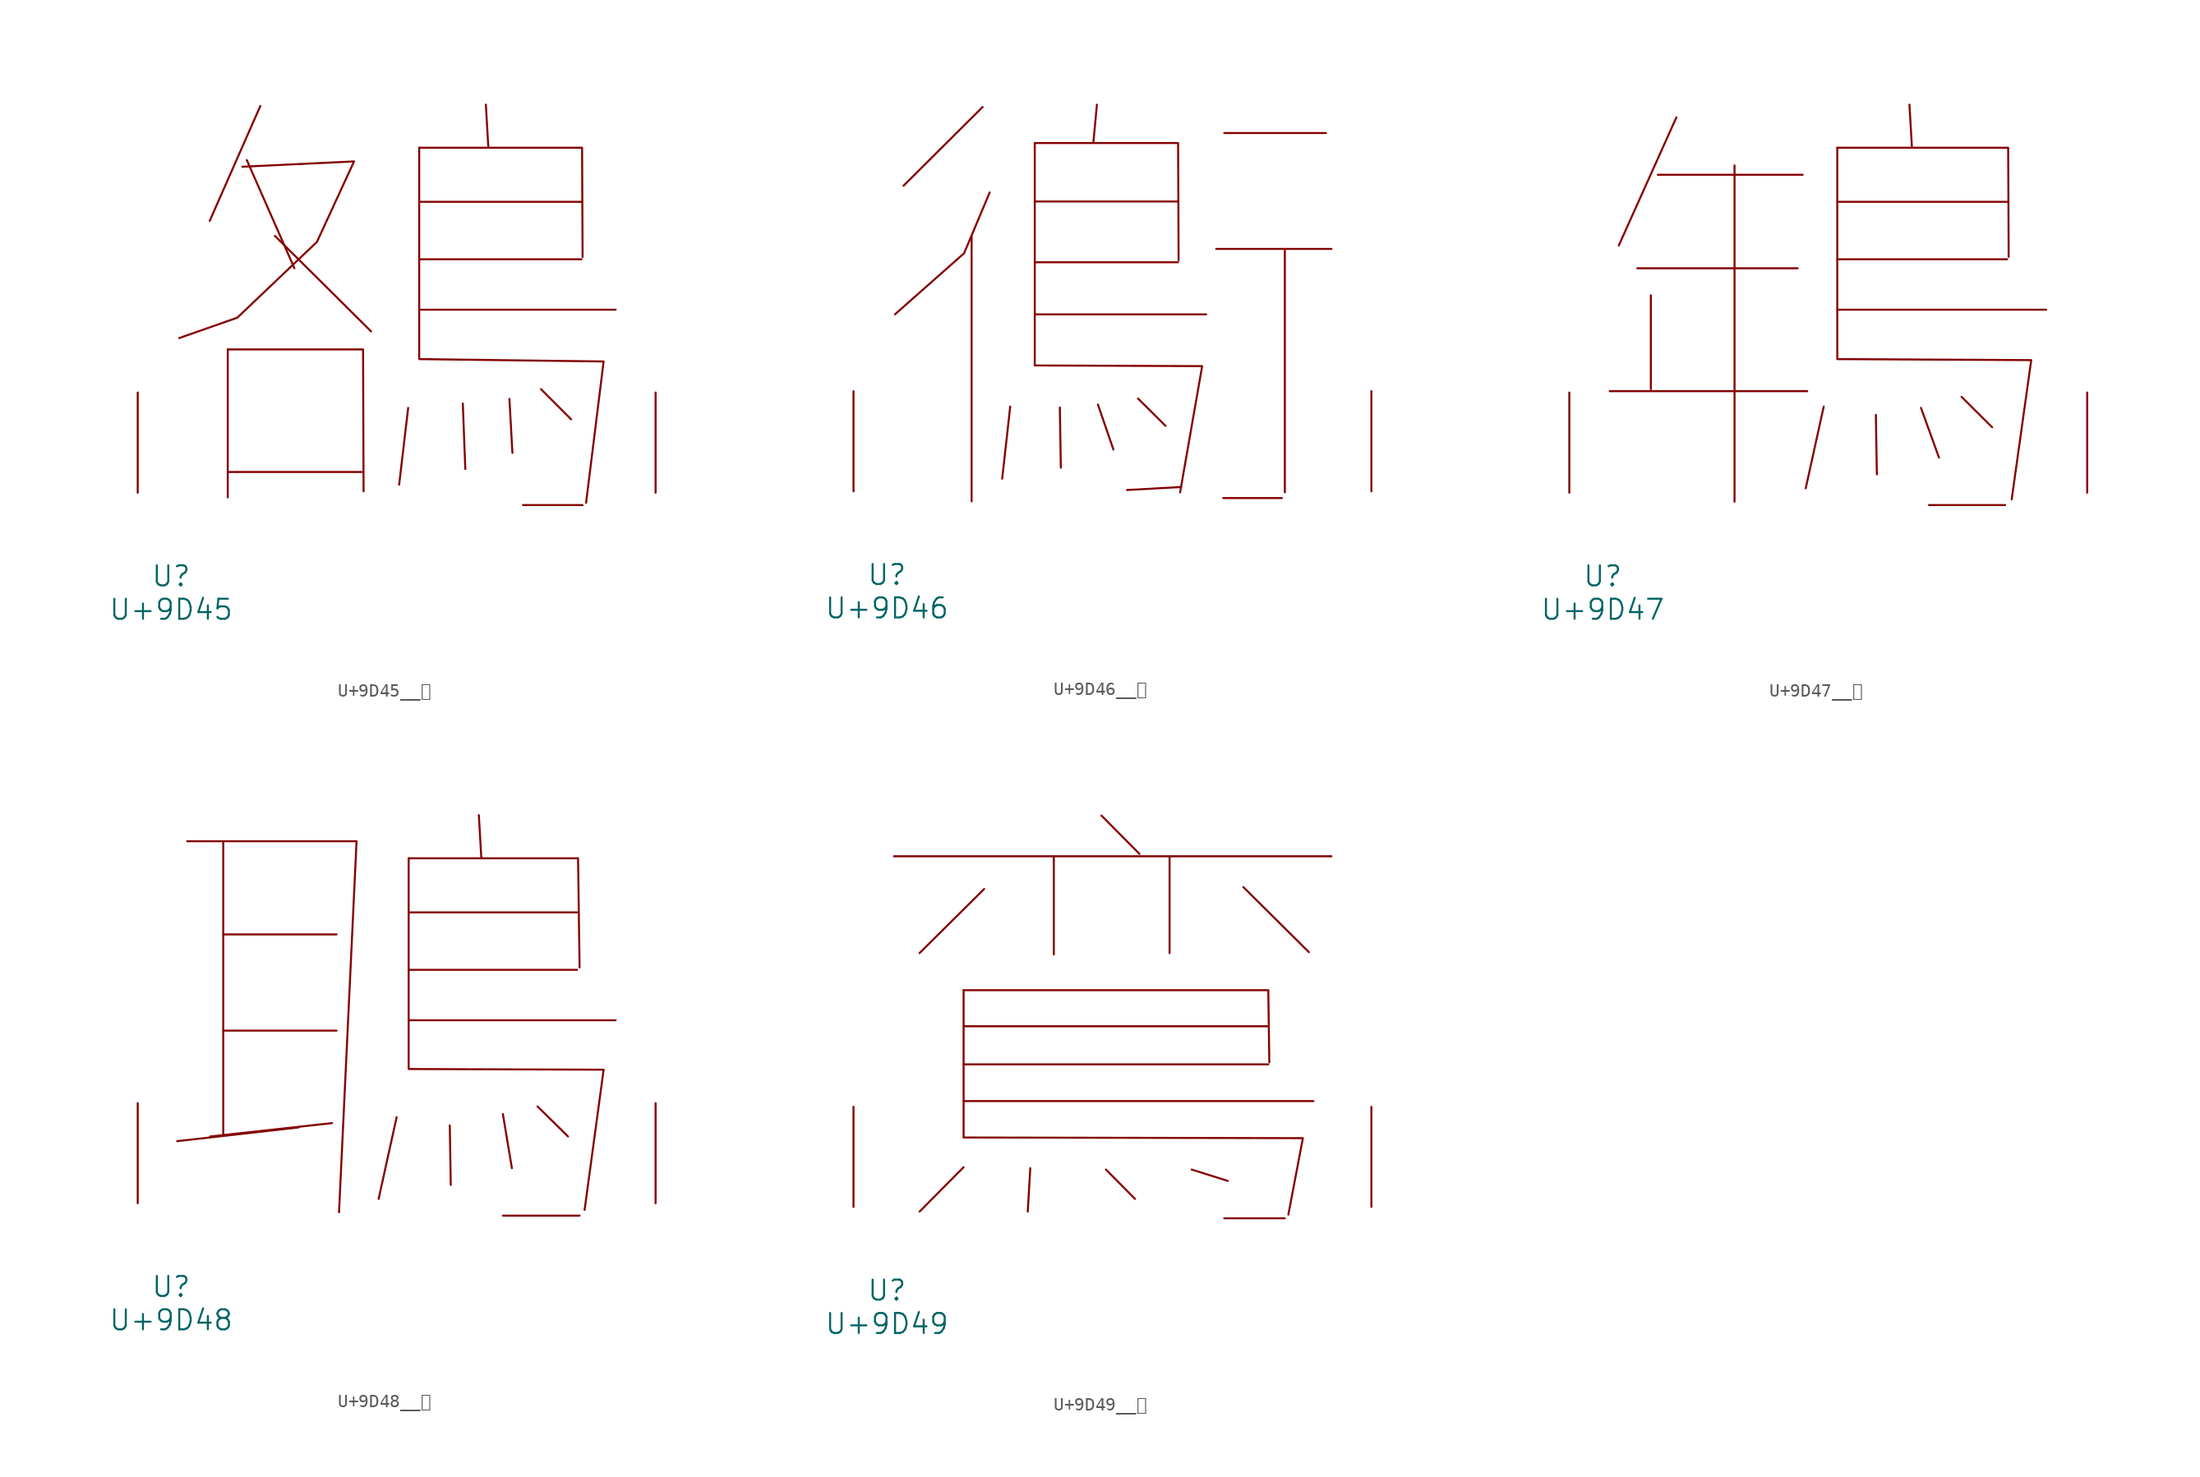
<source format=kicad_sym>
(kicad_symbol_lib
  (version 20231120)
  (generator "kicad_symbol_editor")
  (generator_version "8.0")
  (symbol "U+9D45__鵅"
    (pin_names
      (offset 1.016))
    (property "Reference" "U"
      (at 0 -6.35 0)
      (effects (font (size 1.524 1.524))))
    (property "Value" "U+9D45"
      (at 0 -8.89 0)
      (effects (font (size 1.524 1.524))))
    (symbol "U+9D45__鵅_0_1"
      (polyline (pts (xy 4.305 1.575) (xy 14.478 1.575)) (stroke (width 0) (type solid)) (fill (type none)))
      (polyline (pts (xy 4.305 10.897) (xy 4.305 -0.356)) (stroke (width 0) (type solid)) (fill (type none)))
      (polyline (pts (xy 5.753 25.298) (xy 9.373 17.069)) (stroke (width 0) (type solid)) (fill (type none)))
      (polyline (pts (xy 6.782 29.413) (xy 2.934 20.676)) (stroke (width 0) (type solid)) (fill (type none)))
      (polyline (pts (xy 7.887 19.533) (xy 15.202 12.268)) (stroke (width 0) (type solid)) (fill (type none)))
      (polyline (pts (xy 18.021 6.452) (xy 17.335 0.61)) (stroke (width 0) (type solid)) (fill (type none)))
      (polyline (pts (xy 18.86 13.919) (xy 33.795 13.919)) (stroke (width 0) (type solid)) (fill (type none)))
      (polyline (pts (xy 18.86 17.755) (xy 31.204 17.755)) (stroke (width 0) (type solid)) (fill (type none)))
      (polyline (pts (xy 18.86 22.123) (xy 31.204 22.123)) (stroke (width 0) (type solid)) (fill (type none)))
      (polyline (pts (xy 22.174 6.782) (xy 22.365 1.803)) (stroke (width 0) (type solid)) (fill (type none)))
      (polyline (pts (xy 23.927 29.515) (xy 24.117 26.238)) (stroke (width 0) (type solid)) (fill (type none)))
      (polyline (pts (xy 25.718 7.137) (xy 25.946 3.023)) (stroke (width 0) (type solid)) (fill (type none)))
      (polyline (pts (xy 26.746 -0.94) (xy 31.28 -0.94)) (stroke (width 0) (type solid)) (fill (type none)))
      (polyline (pts (xy 28.118 7.874) (xy 30.404 5.588)) (stroke (width 0) (type solid)) (fill (type none)))
      (polyline (pts (xy 4.305 10.897) (xy 14.592 10.897) (xy 14.63 0.102)) (stroke (width 0) (type solid)) (fill (type none)))
      (polyline (pts (xy 18.86 26.238) (xy 31.242 26.238) (xy 31.28 17.932)) (stroke (width 0) (type solid)) (fill (type none)))
      (polyline (pts (xy 18.86 26.238) (xy 18.86 10.16) (xy 32.88 9.982) (xy 31.547 -0.762)) (stroke (width 0) (type solid)) (fill (type none)))
      (polyline (pts (xy 5.41 24.79) (xy 13.906 25.197) (xy 11.087 19.075) (xy 5.029 13.31) (xy 0.61 11.76)) (stroke (width 0) (type solid)) (fill (type none)))
      (pin input line (at -2.54 0 90) (length 7.62) (name "~" (effects (font (size 1.27 1.27)))) (number "~" (effects (font (size 1.27 1.27)))))
      (pin input line (at 36.83 0 90) (length 7.62) (name "~" (effects (font (size 1.27 1.27)))) (number "~" (effects (font (size 1.27 1.27)))))))
  (symbol "U+9D46__鵆"
    (pin_names
      (offset 1.016))
    (property "Reference" "U"
      (at 0 -6.35 0)
      (effects (font (size 1.524 1.524))))
    (property "Value" "U+9D46"
      (at 0 -8.89 0)
      (effects (font (size 1.524 1.524))))
    (symbol "U+9D46__鵆_0_1"
      (polyline (pts (xy 6.439 19.38) (xy 6.439 -0.762)) (stroke (width 0) (type solid)) (fill (type none)))
      (polyline (pts (xy 7.277 29.235) (xy 1.257 23.241)) (stroke (width 0) (type solid)) (fill (type none)))
      (polyline (pts (xy 9.373 6.452) (xy 8.763 0.965)) (stroke (width 0) (type solid)) (fill (type none)))
      (polyline (pts (xy 11.239 13.462) (xy 24.27 13.462)) (stroke (width 0) (type solid)) (fill (type none)))
      (polyline (pts (xy 11.239 17.424) (xy 22.136 17.424)) (stroke (width 0) (type solid)) (fill (type none)))
      (polyline (pts (xy 11.239 22.047) (xy 22.136 22.047)) (stroke (width 0) (type solid)) (fill (type none)))
      (polyline (pts (xy 13.145 6.375) (xy 13.221 1.803)) (stroke (width 0) (type solid)) (fill (type none)))
      (polyline (pts (xy 15.964 29.413) (xy 15.697 26.568)) (stroke (width 0) (type solid)) (fill (type none)))
      (polyline (pts (xy 16.04 6.604) (xy 17.221 3.175)) (stroke (width 0) (type solid)) (fill (type none)))
      (polyline (pts (xy 19.088 7.061) (xy 21.184 4.978)) (stroke (width 0) (type solid)) (fill (type none)))
      (polyline (pts (xy 22.365 0.33) (xy 18.25 0.102)) (stroke (width 0) (type solid)) (fill (type none)))
      (polyline (pts (xy 25.032 18.44) (xy 33.795 18.44)) (stroke (width 0) (type solid)) (fill (type none)))
      (polyline (pts (xy 25.565 -0.508) (xy 30.023 -0.508)) (stroke (width 0) (type solid)) (fill (type none)))
      (polyline (pts (xy 25.641 27.254) (xy 33.376 27.254)) (stroke (width 0) (type solid)) (fill (type none)))
      (polyline (pts (xy 30.251 18.44) (xy 30.251 -0.076)) (stroke (width 0) (type solid)) (fill (type none)))
      (polyline (pts (xy 7.811 22.733) (xy 5.867 18.11) (xy 0.61 13.462)) (stroke (width 0) (type solid)) (fill (type none)))
      (polyline (pts (xy 11.239 26.492) (xy 22.136 26.492) (xy 22.174 17.577)) (stroke (width 0) (type solid)) (fill (type none)))
      (polyline (pts (xy 11.239 26.492) (xy 11.239 9.576) (xy 23.965 9.525) (xy 22.288 -0.076)) (stroke (width 0) (type solid)) (fill (type none)))
      (pin input line (at -2.54 0 90) (length 7.62) (name "~" (effects (font (size 1.27 1.27)))) (number "~" (effects (font (size 1.27 1.27)))))
      (pin input line (at 36.83 0 90) (length 7.62) (name "~" (effects (font (size 1.27 1.27)))) (number "~" (effects (font (size 1.27 1.27)))))))
  (symbol "U+9D47__鵇"
    (pin_names
      (offset 1.016))
    (property "Reference" "U"
      (at 0 -6.35 0)
      (effects (font (size 1.524 1.524))))
    (property "Value" "U+9D47"
      (at 0 -8.89 0)
      (effects (font (size 1.524 1.524))))
    (symbol "U+9D47__鵇_0_1"
      (polyline (pts (xy 0.533 7.722) (xy 15.545 7.722)) (stroke (width 0) (type solid)) (fill (type none)))
      (polyline (pts (xy 2.629 17.069) (xy 14.821 17.069)) (stroke (width 0) (type solid)) (fill (type none)))
      (polyline (pts (xy 3.658 15.011) (xy 3.658 7.874)) (stroke (width 0) (type solid)) (fill (type none)))
      (polyline (pts (xy 4.191 24.181) (xy 15.202 24.181)) (stroke (width 0) (type solid)) (fill (type none)))
      (polyline (pts (xy 5.601 28.55) (xy 1.219 18.796)) (stroke (width 0) (type solid)) (fill (type none)))
      (polyline (pts (xy 10.02 24.892) (xy 10.02 -0.686)) (stroke (width 0) (type solid)) (fill (type none)))
      (polyline (pts (xy 16.802 6.553) (xy 15.431 0.33)) (stroke (width 0) (type solid)) (fill (type none)))
      (polyline (pts (xy 17.831 13.919) (xy 33.718 13.919)) (stroke (width 0) (type solid)) (fill (type none)))
      (polyline (pts (xy 17.831 17.755) (xy 30.747 17.755)) (stroke (width 0) (type solid)) (fill (type none)))
      (polyline (pts (xy 17.831 22.123) (xy 30.747 22.123)) (stroke (width 0) (type solid)) (fill (type none)))
      (polyline (pts (xy 20.765 5.918) (xy 20.841 1.397)) (stroke (width 0) (type solid)) (fill (type none)))
      (polyline (pts (xy 23.317 29.515) (xy 23.508 26.238)) (stroke (width 0) (type solid)) (fill (type none)))
      (polyline (pts (xy 24.194 6.452) (xy 25.565 2.667)) (stroke (width 0) (type solid)) (fill (type none)))
      (polyline (pts (xy 24.803 -0.94) (xy 30.594 -0.94)) (stroke (width 0) (type solid)) (fill (type none)))
      (polyline (pts (xy 27.28 7.29) (xy 29.604 4.978)) (stroke (width 0) (type solid)) (fill (type none)))
      (polyline (pts (xy 17.831 26.238) (xy 30.823 26.238) (xy 30.861 17.932)) (stroke (width 0) (type solid)) (fill (type none)))
      (polyline (pts (xy 17.831 26.238) (xy 17.831 10.16) (xy 32.575 10.084) (xy 31.09 -0.508)) (stroke (width 0) (type solid)) (fill (type none)))
      (pin input line (at -2.54 0 90) (length 7.62) (name "~" (effects (font (size 1.27 1.27)))) (number "~" (effects (font (size 1.27 1.27)))))
      (pin input line (at 36.83 0 90) (length 7.62) (name "~" (effects (font (size 1.27 1.27)))) (number "~" (effects (font (size 1.27 1.27)))))))
  (symbol "U+9D48__鵈"
    (pin_names
      (offset 1.016))
    (property "Reference" "U"
      (at 0 -6.35 0)
      (effects (font (size 1.524 1.524))))
    (property "Value" "U+9D48"
      (at 0 -8.89 0)
      (effects (font (size 1.524 1.524))))
    (symbol "U+9D48__鵈_0_1"
      (polyline (pts (xy 3.962 13.132) (xy 12.573 13.132)) (stroke (width 0) (type solid)) (fill (type none)))
      (polyline (pts (xy 3.962 20.447) (xy 12.573 20.447)) (stroke (width 0) (type solid)) (fill (type none)))
      (polyline (pts (xy 3.962 27.534) (xy 3.962 5.182)) (stroke (width 0) (type solid)) (fill (type none)))
      (polyline (pts (xy 9.677 5.766) (xy 0.457 4.724)) (stroke (width 0) (type solid)) (fill (type none)))
      (polyline (pts (xy 12.23 6.096) (xy 2.972 5.08)) (stroke (width 0) (type solid)) (fill (type none)))
      (polyline (pts (xy 17.145 6.553) (xy 15.773 0.33)) (stroke (width 0) (type solid)) (fill (type none)))
      (polyline (pts (xy 18.059 13.919) (xy 33.795 13.919)) (stroke (width 0) (type solid)) (fill (type none)))
      (polyline (pts (xy 18.059 17.755) (xy 30.861 17.755)) (stroke (width 0) (type solid)) (fill (type none)))
      (polyline (pts (xy 18.059 22.123) (xy 30.861 22.123)) (stroke (width 0) (type solid)) (fill (type none)))
      (polyline (pts (xy 21.184 5.918) (xy 21.26 1.397)) (stroke (width 0) (type solid)) (fill (type none)))
      (polyline (pts (xy 23.393 29.515) (xy 23.584 26.238)) (stroke (width 0) (type solid)) (fill (type none)))
      (polyline (pts (xy 25.222 -0.94) (xy 31.052 -0.94)) (stroke (width 0) (type solid)) (fill (type none)))
      (polyline (pts (xy 25.222 6.782) (xy 25.908 2.667)) (stroke (width 0) (type solid)) (fill (type none)))
      (polyline (pts (xy 27.851 7.366) (xy 30.175 5.08)) (stroke (width 0) (type solid)) (fill (type none)))
      (polyline (pts (xy 1.219 27.534) (xy 14.097 27.534) (xy 12.764 -0.686)) (stroke (width 0) (type solid)) (fill (type none)))
      (polyline (pts (xy 18.059 26.238) (xy 30.937 26.238) (xy 31.052 17.932)) (stroke (width 0) (type solid)) (fill (type none)))
      (polyline (pts (xy 18.059 26.238) (xy 18.059 10.211) (xy 32.88 10.16) (xy 31.433 -0.508)) (stroke (width 0) (type solid)) (fill (type none)))
      (pin input line (at -2.54 0 90) (length 7.62) (name "~" (effects (font (size 1.27 1.27)))) (number "~" (effects (font (size 1.27 1.27)))))
      (pin input line (at 36.83 0 90) (length 7.62) (name "~" (effects (font (size 1.27 1.27)))) (number "~" (effects (font (size 1.27 1.27)))))))
  (symbol "U+9D49__鵉"
    (pin_names
      (offset 1.016))
    (property "Reference" "U"
      (at 0 -6.35 0)
      (effects (font (size 1.524 1.524))))
    (property "Value" "U+9D49"
      (at 0 -8.89 0)
      (effects (font (size 1.524 1.524))))
    (symbol "U+9D49__鵉_0_1"
      (polyline (pts (xy 0.533 26.67) (xy 33.795 26.67)) (stroke (width 0) (type solid)) (fill (type none)))
      (polyline (pts (xy 5.829 3.023) (xy 2.477 -0.356)) (stroke (width 0) (type solid)) (fill (type none)))
      (polyline (pts (xy 5.829 8.052) (xy 32.423 8.052)) (stroke (width 0) (type solid)) (fill (type none)))
      (polyline (pts (xy 5.829 10.846) (xy 28.994 10.846)) (stroke (width 0) (type solid)) (fill (type none)))
      (polyline (pts (xy 5.829 13.741) (xy 28.994 13.741)) (stroke (width 0) (type solid)) (fill (type none)))
      (polyline (pts (xy 7.391 24.181) (xy 2.477 19.304)) (stroke (width 0) (type solid)) (fill (type none)))
      (polyline (pts (xy 10.897 2.946) (xy 10.706 -0.356)) (stroke (width 0) (type solid)) (fill (type none)))
      (polyline (pts (xy 12.687 26.67) (xy 12.687 19.202)) (stroke (width 0) (type solid)) (fill (type none)))
      (polyline (pts (xy 16.307 29.769) (xy 19.202 26.848)) (stroke (width 0) (type solid)) (fill (type none)))
      (polyline (pts (xy 16.65 2.845) (xy 18.86 0.61)) (stroke (width 0) (type solid)) (fill (type none)))
      (polyline (pts (xy 21.488 26.67) (xy 21.488 19.304)) (stroke (width 0) (type solid)) (fill (type none)))
      (polyline (pts (xy 23.165 2.845) (xy 25.908 1.981)) (stroke (width 0) (type solid)) (fill (type none)))
      (polyline (pts (xy 25.641 -0.864) (xy 30.251 -0.864)) (stroke (width 0) (type solid)) (fill (type none)))
      (polyline (pts (xy 27.089 24.333) (xy 32.08 19.38)) (stroke (width 0) (type solid)) (fill (type none)))
      (polyline (pts (xy 5.829 16.485) (xy 28.994 16.485) (xy 29.07 10.998)) (stroke (width 0) (type solid)) (fill (type none)))
      (polyline (pts (xy 5.829 16.485) (xy 5.829 5.283) (xy 31.623 5.232) (xy 30.518 -0.584)) (stroke (width 0) (type solid)) (fill (type none)))
      (pin input line (at -2.54 0 90) (length 7.62) (name "~" (effects (font (size 1.27 1.27)))) (number "~" (effects (font (size 1.27 1.27)))))
      (pin input line (at 36.83 0 90) (length 7.62) (name "~" (effects (font (size 1.27 1.27)))) (number "~" (effects (font (size 1.27 1.27))))))))
</source>
